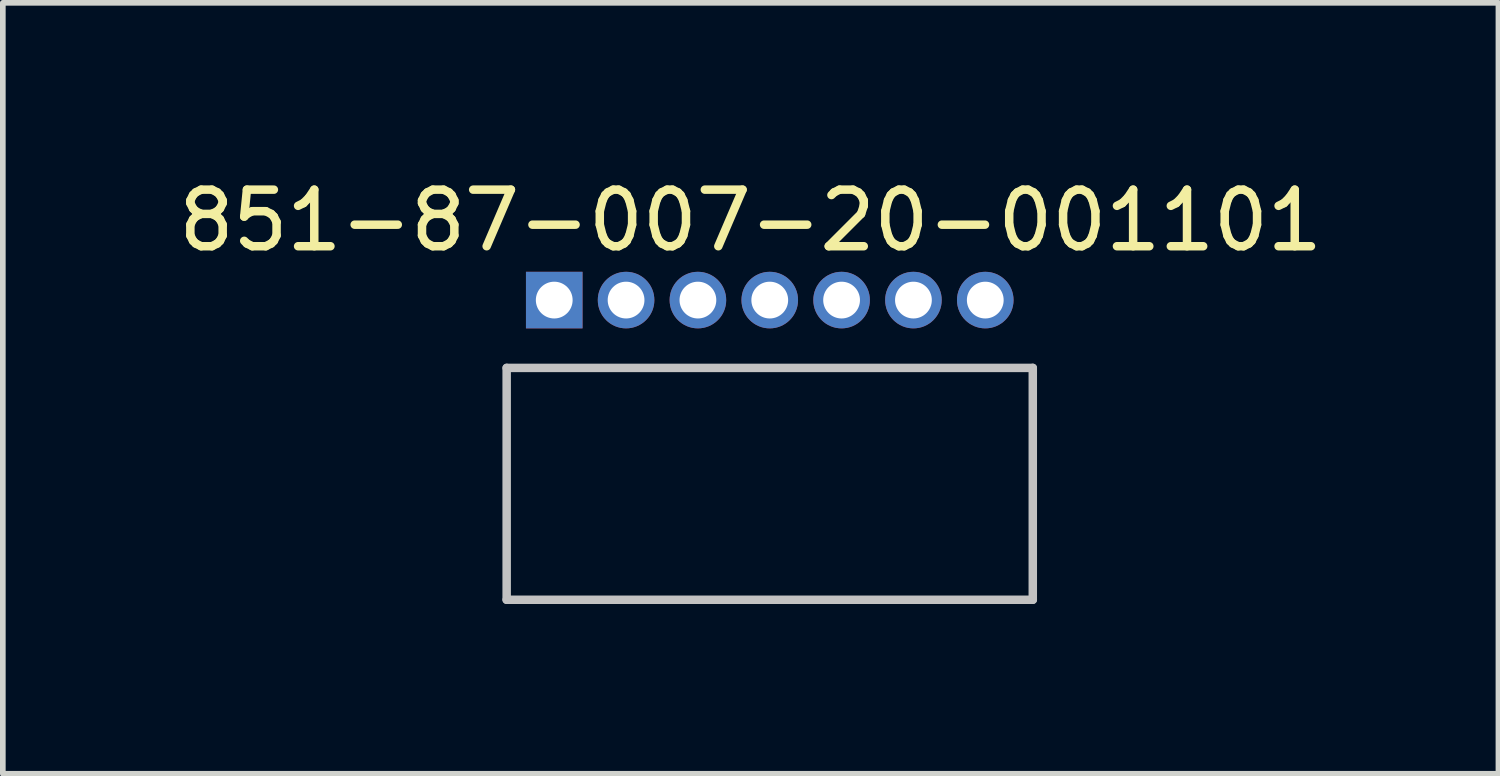
<source format=kicad_pcb>
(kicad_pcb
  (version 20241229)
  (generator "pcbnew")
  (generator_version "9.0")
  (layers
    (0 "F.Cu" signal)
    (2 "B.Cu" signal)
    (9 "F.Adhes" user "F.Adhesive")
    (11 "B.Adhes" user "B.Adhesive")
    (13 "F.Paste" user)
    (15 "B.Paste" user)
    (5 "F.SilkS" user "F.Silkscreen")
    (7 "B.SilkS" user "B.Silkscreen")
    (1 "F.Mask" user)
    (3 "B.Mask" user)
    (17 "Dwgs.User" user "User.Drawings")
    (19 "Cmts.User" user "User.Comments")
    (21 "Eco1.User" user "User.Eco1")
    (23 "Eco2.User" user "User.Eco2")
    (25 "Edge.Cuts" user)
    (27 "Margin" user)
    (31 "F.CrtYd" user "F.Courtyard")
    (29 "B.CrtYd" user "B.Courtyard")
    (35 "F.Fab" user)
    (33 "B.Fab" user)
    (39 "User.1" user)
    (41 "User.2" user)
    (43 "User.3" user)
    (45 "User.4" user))
  (footprint "851-87-007-20-001101"
    (layer "F.Cu")
    (at 6.763 2.255)
    (property "Reference" "851-87-007-20-001101" (at 3.457 -1.407 0) (layer "F.SilkS") (effects (font (size 1 1) (thickness 0.15))))
    (attr through_hole)
    (fp_line (start -0.856 1.199) (end 8.445 1.199) (stroke (width 0.15) (type solid)) (layer "Dwgs.User"))
    (fp_line (start -0.856 5.298) (end -0.856 1.199) (stroke (width 0.15) (type solid)) (layer "Dwgs.User"))
    (fp_line (start 8.445 1.199) (end 8.445 5.298) (stroke (width 0.15) (type solid)) (layer "Dwgs.User"))
    (fp_line (start 8.445 5.298) (end -0.856 5.298) (stroke (width 0.15) (type solid)) (layer "Dwgs.User"))
    (pad "1" thru_hole rect (at -0.015 0) (size 1 1) (drill 0.65) (layers "*.Cu" "*.Mask"))
    (pad "2" thru_hole circle (at 1.255 0) (size 1 1) (drill 0.65) (layers "*.Cu" "*.Mask"))
    (pad "3" thru_hole circle (at 2.525 0) (size 1 1) (drill 0.65) (layers "*.Cu" "*.Mask"))
    (pad "4" thru_hole circle (at 3.795 0) (size 1 1) (drill 0.65) (layers "*.Cu" "*.Mask"))
    (pad "5" thru_hole circle (at 5.065 0) (size 1 1) (drill 0.65) (layers "*.Cu" "*.Mask"))
    (pad "6" thru_hole circle (at 6.335 0) (size 1 1) (drill 0.65) (layers "*.Cu" "*.Mask"))
    (pad "7" thru_hole circle (at 7.605 0) (size 1 1) (drill 0.65) (layers "*.Cu" "*.Mask")))
  (gr_rect
    (start -3 -3)
    (end 23.44 10.629)
    (stroke (width 0.1) (type default))
    (fill no)
    (layer "Edge.Cuts")))
</source>
